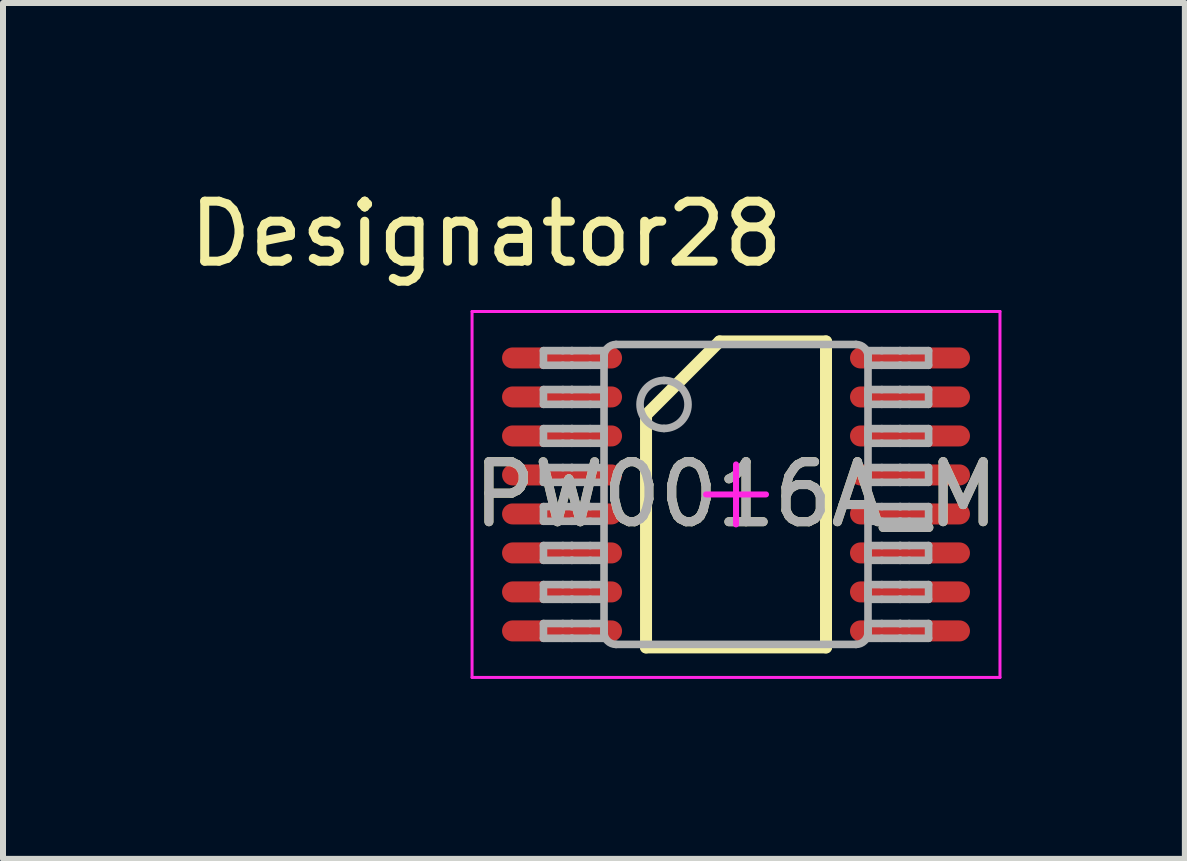
<source format=kicad_pcb>
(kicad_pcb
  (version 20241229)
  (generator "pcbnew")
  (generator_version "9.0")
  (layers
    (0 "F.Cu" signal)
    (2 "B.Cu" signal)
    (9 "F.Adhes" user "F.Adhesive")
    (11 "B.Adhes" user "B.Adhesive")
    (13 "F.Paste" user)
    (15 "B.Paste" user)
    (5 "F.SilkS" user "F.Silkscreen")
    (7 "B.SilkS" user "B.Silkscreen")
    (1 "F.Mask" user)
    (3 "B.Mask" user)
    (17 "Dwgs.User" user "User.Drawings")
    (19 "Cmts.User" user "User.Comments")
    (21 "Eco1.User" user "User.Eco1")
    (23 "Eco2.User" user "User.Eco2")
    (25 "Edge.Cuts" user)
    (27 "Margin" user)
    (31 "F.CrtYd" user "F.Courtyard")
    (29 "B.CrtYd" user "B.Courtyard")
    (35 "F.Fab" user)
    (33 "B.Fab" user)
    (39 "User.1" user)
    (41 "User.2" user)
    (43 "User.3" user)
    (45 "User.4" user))
  (footprint "PW0016A_M"
    (layer "F.Cu")
    (at 9.219 5.192)
    (property "Reference" "PW0016A_M" (at 0 0 0) (unlocked yes) (layer "F.SilkS") (effects (font (size 1 1) (thickness 0.15))))
    (attr smd)
    (fp_line (start -1.5 -1.325) (end -0.275 -2.55) (stroke (width 0.2) (type solid)) (layer "F.SilkS"))
    (fp_line (start -1.5 2.55) (end -1.5 -1.325) (stroke (width 0.2) (type solid)) (layer "F.SilkS"))
    (fp_line (start -1.5 2.55) (end 1.5 2.55) (stroke (width 0.2) (type solid)) (layer "F.SilkS"))
    (fp_line (start -0.275 -2.55) (end 1.5 -2.55) (stroke (width 0.2) (type solid)) (layer "F.SilkS"))
    (fp_line (start 1.5 2.55) (end 1.5 -2.55) (stroke (width 0.2) (type solid)) (layer "F.SilkS"))
    (fp_line (start -4.4 -3.05) (end 4.4 -3.05) (stroke (width 0.05) (type solid)) (layer "F.CrtYd"))
    (fp_line (start -4.4 3.05) (end -4.4 -3.05) (stroke (width 0.05) (type solid)) (layer "F.CrtYd"))
    (fp_line (start -4.4 3.05) (end 4.4 3.05) (stroke (width 0.05) (type solid)) (layer "F.CrtYd"))
    (fp_line (start -0.5 -0.000003) (end 0.5 -0.000003) (stroke (width 0.1) (type solid)) (layer "F.CrtYd"))
    (fp_line (start 0 0.5) (end 0 -0.5) (stroke (width 0.1) (type solid)) (layer "F.CrtYd"))
    (fp_line (start 4.4 3.05) (end 4.4 -3.05) (stroke (width 0.05) (type solid)) (layer "F.CrtYd"))
    (fp_line (start -3.21 -2.397) (end -2.887 -2.397) (stroke (width 0.127) (type solid)) (layer "F.Fab"))
    (fp_line (start -3.21 -2.153) (end -3.21 -2.397) (stroke (width 0.127) (type solid)) (layer "F.Fab"))
    (fp_line (start -3.21 -2.153) (end -2.887 -2.153) (stroke (width 0.127) (type solid)) (layer "F.Fab"))
    (fp_line (start -3.21 -1.748) (end -2.887 -1.748) (stroke (width 0.127) (type solid)) (layer "F.Fab"))
    (fp_line (start -3.21 -1.502) (end -3.21 -1.748) (stroke (width 0.127) (type solid)) (layer "F.Fab"))
    (fp_line (start -3.21 -1.502) (end -2.887 -1.502) (stroke (width 0.127) (type solid)) (layer "F.Fab"))
    (fp_line (start -3.21 -1.097) (end -2.887 -1.097) (stroke (width 0.127) (type solid)) (layer "F.Fab"))
    (fp_line (start -3.21 -0.853) (end -3.21 -1.097) (stroke (width 0.127) (type solid)) (layer "F.Fab"))
    (fp_line (start -3.21 -0.853) (end -2.887 -0.853) (stroke (width 0.127) (type solid)) (layer "F.Fab"))
    (fp_line (start -3.21 -0.448) (end -2.887 -0.448) (stroke (width 0.127) (type solid)) (layer "F.Fab"))
    (fp_line (start -3.21 -0.202) (end -3.21 -0.448) (stroke (width 0.127) (type solid)) (layer "F.Fab"))
    (fp_line (start -3.21 -0.202) (end -2.887 -0.202) (stroke (width 0.127) (type solid)) (layer "F.Fab"))
    (fp_line (start -3.21 0.203) (end -2.887 0.203) (stroke (width 0.127) (type solid)) (layer "F.Fab"))
    (fp_line (start -3.21 0.447) (end -3.21 0.203) (stroke (width 0.127) (type solid)) (layer "F.Fab"))
    (fp_line (start -3.21 0.447) (end -2.887 0.447) (stroke (width 0.127) (type solid)) (layer "F.Fab"))
    (fp_line (start -3.21 0.852) (end -2.887 0.852) (stroke (width 0.127) (type solid)) (layer "F.Fab"))
    (fp_line (start -3.21 1.098) (end -3.21 0.852) (stroke (width 0.127) (type solid)) (layer "F.Fab"))
    (fp_line (start -3.21 1.098) (end -2.887 1.098) (stroke (width 0.127) (type solid)) (layer "F.Fab"))
    (fp_line (start -3.21 1.503) (end -2.887 1.503) (stroke (width 0.127) (type solid)) (layer "F.Fab"))
    (fp_line (start -3.21 1.748) (end -3.21 1.503) (stroke (width 0.127) (type solid)) (layer "F.Fab"))
    (fp_line (start -3.21 1.748) (end -2.887 1.748) (stroke (width 0.127) (type solid)) (layer "F.Fab"))
    (fp_line (start -3.21 2.152) (end -2.887 2.152) (stroke (width 0.127) (type solid)) (layer "F.Fab"))
    (fp_line (start -3.21 2.398) (end -3.21 2.152) (stroke (width 0.127) (type solid)) (layer "F.Fab"))
    (fp_line (start -3.21 2.398) (end -2.887 2.398) (stroke (width 0.127) (type solid)) (layer "F.Fab"))
    (fp_line (start -2.887 -2.397) (end -2.739 -2.397) (stroke (width 0.127) (type solid)) (layer "F.Fab"))
    (fp_line (start -2.887 -2.153) (end -2.739 -2.153) (stroke (width 0.127) (type solid)) (layer "F.Fab"))
    (fp_line (start -2.887 -1.748) (end -2.739 -1.748) (stroke (width 0.127) (type solid)) (layer "F.Fab"))
    (fp_line (start -2.887 -1.502) (end -2.739 -1.502) (stroke (width 0.127) (type solid)) (layer "F.Fab"))
    (fp_line (start -2.887 -1.097) (end -2.739 -1.097) (stroke (width 0.127) (type solid)) (layer "F.Fab"))
    (fp_line (start -2.887 -0.853) (end -2.739 -0.853) (stroke (width 0.127) (type solid)) (layer "F.Fab"))
    (fp_line (start -2.887 -0.448) (end -2.739 -0.448) (stroke (width 0.127) (type solid)) (layer "F.Fab"))
    (fp_line (start -2.887 -0.202) (end -2.739 -0.202) (stroke (width 0.127) (type solid)) (layer "F.Fab"))
    (fp_line (start -2.887 0.203) (end -2.739 0.203) (stroke (width 0.127) (type solid)) (layer "F.Fab"))
    (fp_line (start -2.887 0.447) (end -2.739 0.447) (stroke (width 0.127) (type solid)) (layer "F.Fab"))
    (fp_line (start -2.887 0.852) (end -2.739 0.852) (stroke (width 0.127) (type solid)) (layer "F.Fab"))
    (fp_line (start -2.887 1.098) (end -2.739 1.098) (stroke (width 0.127) (type solid)) (layer "F.Fab"))
    (fp_line (start -2.887 1.503) (end -2.739 1.503) (stroke (width 0.127) (type solid)) (layer "F.Fab"))
    (fp_line (start -2.887 1.748) (end -2.739 1.748) (stroke (width 0.127) (type solid)) (layer "F.Fab"))
    (fp_line (start -2.887 2.152) (end -2.739 2.152) (stroke (width 0.127) (type solid)) (layer "F.Fab"))
    (fp_line (start -2.887 2.398) (end -2.739 2.398) (stroke (width 0.127) (type solid)) (layer "F.Fab"))
    (fp_line (start -2.739 -2.397) (end -2.733 -2.397) (stroke (width 0.127) (type solid)) (layer "F.Fab"))
    (fp_line (start -2.739 -2.153) (end -2.733 -2.153) (stroke (width 0.127) (type solid)) (layer "F.Fab"))
    (fp_line (start -2.739 -1.748) (end -2.733 -1.748) (stroke (width 0.127) (type solid)) (layer "F.Fab"))
    (fp_line (start -2.739 -1.502) (end -2.733 -1.502) (stroke (width 0.127) (type solid)) (layer "F.Fab"))
    (fp_line (start -2.739 -1.097) (end -2.733 -1.097) (stroke (width 0.127) (type solid)) (layer "F.Fab"))
    (fp_line (start -2.739 -0.853) (end -2.733 -0.853) (stroke (width 0.127) (type solid)) (layer "F.Fab"))
    (fp_line (start -2.739 -0.448) (end -2.733 -0.448) (stroke (width 0.127) (type solid)) (layer "F.Fab"))
    (fp_line (start -2.739 -0.202) (end -2.733 -0.202) (stroke (width 0.127) (type solid)) (layer "F.Fab"))
    (fp_line (start -2.739 0.203) (end -2.733 0.203) (stroke (width 0.127) (type solid)) (layer "F.Fab"))
    (fp_line (start -2.739 0.447) (end -2.733 0.447) (stroke (width 0.127) (type solid)) (layer "F.Fab"))
    (fp_line (start -2.739 0.852) (end -2.733 0.852) (stroke (width 0.127) (type solid)) (layer "F.Fab"))
    (fp_line (start -2.739 1.098) (end -2.733 1.098) (stroke (width 0.127) (type solid)) (layer "F.Fab"))
    (fp_line (start -2.739 1.503) (end -2.733 1.503) (stroke (width 0.127) (type solid)) (layer "F.Fab"))
    (fp_line (start -2.739 1.748) (end -2.733 1.748) (stroke (width 0.127) (type solid)) (layer "F.Fab"))
    (fp_line (start -2.739 2.152) (end -2.733 2.152) (stroke (width 0.127) (type solid)) (layer "F.Fab"))
    (fp_line (start -2.739 2.398) (end -2.733 2.398) (stroke (width 0.127) (type solid)) (layer "F.Fab"))
    (fp_line (start -2.733 -2.397) (end -2.431 -2.397) (stroke (width 0.127) (type solid)) (layer "F.Fab"))
    (fp_line (start -2.733 -2.153) (end -2.431 -2.153) (stroke (width 0.127) (type solid)) (layer "F.Fab"))
    (fp_line (start -2.733 -1.748) (end -2.431 -1.748) (stroke (width 0.127) (type solid)) (layer "F.Fab"))
    (fp_line (start -2.733 -1.502) (end -2.431 -1.502) (stroke (width 0.127) (type solid)) (layer "F.Fab"))
    (fp_line (start -2.733 -1.097) (end -2.431 -1.097) (stroke (width 0.127) (type solid)) (layer "F.Fab"))
    (fp_line (start -2.733 -0.853) (end -2.431 -0.853) (stroke (width 0.127) (type solid)) (layer "F.Fab"))
    (fp_line (start -2.733 -0.448) (end -2.431 -0.448) (stroke (width 0.127) (type solid)) (layer "F.Fab"))
    (fp_line (start -2.733 -0.202) (end -2.431 -0.202) (stroke (width 0.127) (type solid)) (layer "F.Fab"))
    (fp_line (start -2.733 0.203) (end -2.431 0.203) (stroke (width 0.127) (type solid)) (layer "F.Fab"))
    (fp_line (start -2.733 0.447) (end -2.431 0.447) (stroke (width 0.127) (type solid)) (layer "F.Fab"))
    (fp_line (start -2.733 0.852) (end -2.431 0.852) (stroke (width 0.127) (type solid)) (layer "F.Fab"))
    (fp_line (start -2.733 1.098) (end -2.431 1.098) (stroke (width 0.127) (type solid)) (layer "F.Fab"))
    (fp_line (start -2.733 1.503) (end -2.431 1.503) (stroke (width 0.127) (type solid)) (layer "F.Fab"))
    (fp_line (start -2.733 1.748) (end -2.431 1.748) (stroke (width 0.127) (type solid)) (layer "F.Fab"))
    (fp_line (start -2.733 2.152) (end -2.431 2.152) (stroke (width 0.127) (type solid)) (layer "F.Fab"))
    (fp_line (start -2.733 2.398) (end -2.431 2.398) (stroke (width 0.127) (type solid)) (layer "F.Fab"))
    (fp_line (start -2.431 -2.397) (end -2.2 -2.397) (stroke (width 0.127) (type solid)) (layer "F.Fab"))
    (fp_line (start -2.431 -2.153) (end -2.2 -2.153) (stroke (width 0.127) (type solid)) (layer "F.Fab"))
    (fp_line (start -2.431 -1.748) (end -2.2 -1.748) (stroke (width 0.127) (type solid)) (layer "F.Fab"))
    (fp_line (start -2.431 -1.502) (end -2.2 -1.502) (stroke (width 0.127) (type solid)) (layer "F.Fab"))
    (fp_line (start -2.431 -1.097) (end -2.2 -1.097) (stroke (width 0.127) (type solid)) (layer "F.Fab"))
    (fp_line (start -2.431 -0.853) (end -2.2 -0.853) (stroke (width 0.127) (type solid)) (layer "F.Fab"))
    (fp_line (start -2.431 -0.448) (end -2.2 -0.448) (stroke (width 0.127) (type solid)) (layer "F.Fab"))
    (fp_line (start -2.431 -0.202) (end -2.2 -0.202) (stroke (width 0.127) (type solid)) (layer "F.Fab"))
    (fp_line (start -2.431 0.203) (end -2.2 0.203) (stroke (width 0.127) (type solid)) (layer "F.Fab"))
    (fp_line (start -2.431 0.447) (end -2.2 0.447) (stroke (width 0.127) (type solid)) (layer "F.Fab"))
    (fp_line (start -2.431 0.852) (end -2.2 0.852) (stroke (width 0.127) (type solid)) (layer "F.Fab"))
    (fp_line (start -2.431 1.098) (end -2.2 1.098) (stroke (width 0.127) (type solid)) (layer "F.Fab"))
    (fp_line (start -2.431 1.503) (end -2.2 1.503) (stroke (width 0.127) (type solid)) (layer "F.Fab"))
    (fp_line (start -2.431 1.748) (end -2.2 1.748) (stroke (width 0.127) (type solid)) (layer "F.Fab"))
    (fp_line (start -2.431 2.152) (end -2.2 2.152) (stroke (width 0.127) (type solid)) (layer "F.Fab"))
    (fp_line (start -2.431 2.398) (end -2.2 2.398) (stroke (width 0.127) (type solid)) (layer "F.Fab"))
    (fp_line (start -2.2 -2.153) (end -2.2 -2.397) (stroke (width 0.127) (type solid)) (layer "F.Fab"))
    (fp_line (start -2.2 -1.502) (end -2.2 -1.748) (stroke (width 0.127) (type solid)) (layer "F.Fab"))
    (fp_line (start -2.2 -0.853) (end -2.2 -1.097) (stroke (width 0.127) (type solid)) (layer "F.Fab"))
    (fp_line (start -2.2 -0.202) (end -2.2 -0.448) (stroke (width 0.127) (type solid)) (layer "F.Fab"))
    (fp_line (start -2.2 0.447) (end -2.2 0.203) (stroke (width 0.127) (type solid)) (layer "F.Fab"))
    (fp_line (start -2.2 1.098) (end -2.2 0.852) (stroke (width 0.127) (type solid)) (layer "F.Fab"))
    (fp_line (start -2.2 1.748) (end -2.2 1.503) (stroke (width 0.127) (type solid)) (layer "F.Fab"))
    (fp_line (start -2.2 2.3) (end -2.2 -2.3) (stroke (width 0.127) (type solid)) (layer "F.Fab"))
    (fp_line (start -2.2 2.398) (end -2.2 2.152) (stroke (width 0.127) (type solid)) (layer "F.Fab"))
    (fp_line (start -2 -2.5) (end 2 -2.5) (stroke (width 0.127) (type solid)) (layer "F.Fab"))
    (fp_line (start -2 2.5) (end 2 2.5) (stroke (width 0.127) (type solid)) (layer "F.Fab"))
    (fp_line (start 2.2 -2.397) (end 2.43 -2.397) (stroke (width 0.127) (type solid)) (layer "F.Fab"))
    (fp_line (start 2.2 -2.153) (end 2.2 -2.397) (stroke (width 0.127) (type solid)) (layer "F.Fab"))
    (fp_line (start 2.2 -2.153) (end 2.43 -2.153) (stroke (width 0.127) (type solid)) (layer "F.Fab"))
    (fp_line (start 2.2 -1.748) (end 2.43 -1.748) (stroke (width 0.127) (type solid)) (layer "F.Fab"))
    (fp_line (start 2.2 -1.502) (end 2.2 -1.748) (stroke (width 0.127) (type solid)) (layer "F.Fab"))
    (fp_line (start 2.2 -1.502) (end 2.43 -1.502) (stroke (width 0.127) (type solid)) (layer "F.Fab"))
    (fp_line (start 2.2 -1.097) (end 2.43 -1.097) (stroke (width 0.127) (type solid)) (layer "F.Fab"))
    (fp_line (start 2.2 -0.853) (end 2.2 -1.097) (stroke (width 0.127) (type solid)) (layer "F.Fab"))
    (fp_line (start 2.2 -0.853) (end 2.43 -0.853) (stroke (width 0.127) (type solid)) (layer "F.Fab"))
    (fp_line (start 2.2 -0.448) (end 2.43 -0.448) (stroke (width 0.127) (type solid)) (layer "F.Fab"))
    (fp_line (start 2.2 -0.202) (end 2.2 -0.448) (stroke (width 0.127) (type solid)) (layer "F.Fab"))
    (fp_line (start 2.2 -0.202) (end 2.43 -0.202) (stroke (width 0.127) (type solid)) (layer "F.Fab"))
    (fp_line (start 2.2 0.203) (end 2.43 0.203) (stroke (width 0.127) (type solid)) (layer "F.Fab"))
    (fp_line (start 2.2 0.447) (end 2.2 0.203) (stroke (width 0.127) (type solid)) (layer "F.Fab"))
    (fp_line (start 2.2 0.447) (end 2.43 0.447) (stroke (width 0.127) (type solid)) (layer "F.Fab"))
    (fp_line (start 2.2 0.852) (end 2.43 0.852) (stroke (width 0.127) (type solid)) (layer "F.Fab"))
    (fp_line (start 2.2 1.098) (end 2.2 0.852) (stroke (width 0.127) (type solid)) (layer "F.Fab"))
    (fp_line (start 2.2 1.098) (end 2.43 1.098) (stroke (width 0.127) (type solid)) (layer "F.Fab"))
    (fp_line (start 2.2 1.503) (end 2.43 1.503) (stroke (width 0.127) (type solid)) (layer "F.Fab"))
    (fp_line (start 2.2 1.748) (end 2.2 1.503) (stroke (width 0.127) (type solid)) (layer "F.Fab"))
    (fp_line (start 2.2 1.748) (end 2.43 1.748) (stroke (width 0.127) (type solid)) (layer "F.Fab"))
    (fp_line (start 2.2 2.152) (end 2.43 2.152) (stroke (width 0.127) (type solid)) (layer "F.Fab"))
    (fp_line (start 2.2 2.3) (end 2.2 -2.3) (stroke (width 0.127) (type solid)) (layer "F.Fab"))
    (fp_line (start 2.2 2.398) (end 2.2 2.152) (stroke (width 0.127) (type solid)) (layer "F.Fab"))
    (fp_line (start 2.2 2.398) (end 2.43 2.398) (stroke (width 0.127) (type solid)) (layer "F.Fab"))
    (fp_line (start 2.43 -2.397) (end 2.733 -2.397) (stroke (width 0.127) (type solid)) (layer "F.Fab"))
    (fp_line (start 2.43 -2.153) (end 2.733 -2.153) (stroke (width 0.127) (type solid)) (layer "F.Fab"))
    (fp_line (start 2.43 -1.748) (end 2.733 -1.748) (stroke (width 0.127) (type solid)) (layer "F.Fab"))
    (fp_line (start 2.43 -1.502) (end 2.733 -1.502) (stroke (width 0.127) (type solid)) (layer "F.Fab"))
    (fp_line (start 2.43 -1.097) (end 2.733 -1.097) (stroke (width 0.127) (type solid)) (layer "F.Fab"))
    (fp_line (start 2.43 -0.853) (end 2.733 -0.853) (stroke (width 0.127) (type solid)) (layer "F.Fab"))
    (fp_line (start 2.43 -0.448) (end 2.733 -0.448) (stroke (width 0.127) (type solid)) (layer "F.Fab"))
    (fp_line (start 2.43 -0.202) (end 2.733 -0.202) (stroke (width 0.127) (type solid)) (layer "F.Fab"))
    (fp_line (start 2.43 0.203) (end 2.733 0.203) (stroke (width 0.127) (type solid)) (layer "F.Fab"))
    (fp_line (start 2.43 0.447) (end 2.733 0.447) (stroke (width 0.127) (type solid)) (layer "F.Fab"))
    (fp_line (start 2.43 0.852) (end 2.733 0.852) (stroke (width 0.127) (type solid)) (layer "F.Fab"))
    (fp_line (start 2.43 1.098) (end 2.733 1.098) (stroke (width 0.127) (type solid)) (layer "F.Fab"))
    (fp_line (start 2.43 1.503) (end 2.733 1.503) (stroke (width 0.127) (type solid)) (layer "F.Fab"))
    (fp_line (start 2.43 1.748) (end 2.733 1.748) (stroke (width 0.127) (type solid)) (layer "F.Fab"))
    (fp_line (start 2.43 2.152) (end 2.733 2.152) (stroke (width 0.127) (type solid)) (layer "F.Fab"))
    (fp_line (start 2.43 2.398) (end 2.733 2.398) (stroke (width 0.127) (type solid)) (layer "F.Fab"))
    (fp_line (start 2.733 -2.397) (end 2.739 -2.397) (stroke (width 0.127) (type solid)) (layer "F.Fab"))
    (fp_line (start 2.733 -2.153) (end 2.739 -2.153) (stroke (width 0.127) (type solid)) (layer "F.Fab"))
    (fp_line (start 2.733 -1.748) (end 2.739 -1.748) (stroke (width 0.127) (type solid)) (layer "F.Fab"))
    (fp_line (start 2.733 -1.502) (end 2.739 -1.502) (stroke (width 0.127) (type solid)) (layer "F.Fab"))
    (fp_line (start 2.733 -1.097) (end 2.739 -1.097) (stroke (width 0.127) (type solid)) (layer "F.Fab"))
    (fp_line (start 2.733 -0.853) (end 2.739 -0.853) (stroke (width 0.127) (type solid)) (layer "F.Fab"))
    (fp_line (start 2.733 -0.448) (end 2.739 -0.448) (stroke (width 0.127) (type solid)) (layer "F.Fab"))
    (fp_line (start 2.733 -0.202) (end 2.739 -0.202) (stroke (width 0.127) (type solid)) (layer "F.Fab"))
    (fp_line (start 2.733 0.203) (end 2.739 0.203) (stroke (width 0.127) (type solid)) (layer "F.Fab"))
    (fp_line (start 2.733 0.447) (end 2.739 0.447) (stroke (width 0.127) (type solid)) (layer "F.Fab"))
    (fp_line (start 2.733 0.852) (end 2.739 0.852) (stroke (width 0.127) (type solid)) (layer "F.Fab"))
    (fp_line (start 2.733 1.098) (end 2.739 1.098) (stroke (width 0.127) (type solid)) (layer "F.Fab"))
    (fp_line (start 2.733 1.503) (end 2.739 1.503) (stroke (width 0.127) (type solid)) (layer "F.Fab"))
    (fp_line (start 2.733 1.748) (end 2.739 1.748) (stroke (width 0.127) (type solid)) (layer "F.Fab"))
    (fp_line (start 2.733 2.152) (end 2.739 2.152) (stroke (width 0.127) (type solid)) (layer "F.Fab"))
    (fp_line (start 2.733 2.398) (end 2.739 2.398) (stroke (width 0.127) (type solid)) (layer "F.Fab"))
    (fp_line (start 2.739 -2.397) (end 2.887 -2.397) (stroke (width 0.127) (type solid)) (layer "F.Fab"))
    (fp_line (start 2.739 -2.153) (end 2.887 -2.153) (stroke (width 0.127) (type solid)) (layer "F.Fab"))
    (fp_line (start 2.739 -1.748) (end 2.887 -1.748) (stroke (width 0.127) (type solid)) (layer "F.Fab"))
    (fp_line (start 2.739 -1.502) (end 2.887 -1.502) (stroke (width 0.127) (type solid)) (layer "F.Fab"))
    (fp_line (start 2.739 -1.097) (end 2.887 -1.097) (stroke (width 0.127) (type solid)) (layer "F.Fab"))
    (fp_line (start 2.739 -0.853) (end 2.887 -0.853) (stroke (width 0.127) (type solid)) (layer "F.Fab"))
    (fp_line (start 2.739 -0.448) (end 2.887 -0.448) (stroke (width 0.127) (type solid)) (layer "F.Fab"))
    (fp_line (start 2.739 -0.202) (end 2.887 -0.202) (stroke (width 0.127) (type solid)) (layer "F.Fab"))
    (fp_line (start 2.739 0.203) (end 2.887 0.203) (stroke (width 0.127) (type solid)) (layer "F.Fab"))
    (fp_line (start 2.739 0.447) (end 2.887 0.447) (stroke (width 0.127) (type solid)) (layer "F.Fab"))
    (fp_line (start 2.739 0.852) (end 2.887 0.852) (stroke (width 0.127) (type solid)) (layer "F.Fab"))
    (fp_line (start 2.739 1.098) (end 2.887 1.098) (stroke (width 0.127) (type solid)) (layer "F.Fab"))
    (fp_line (start 2.739 1.503) (end 2.887 1.503) (stroke (width 0.127) (type solid)) (layer "F.Fab"))
    (fp_line (start 2.739 1.748) (end 2.887 1.748) (stroke (width 0.127) (type solid)) (layer "F.Fab"))
    (fp_line (start 2.739 2.152) (end 2.887 2.152) (stroke (width 0.127) (type solid)) (layer "F.Fab"))
    (fp_line (start 2.739 2.398) (end 2.887 2.398) (stroke (width 0.127) (type solid)) (layer "F.Fab"))
    (fp_line (start 2.887 -2.397) (end 3.21 -2.397) (stroke (width 0.127) (type solid)) (layer "F.Fab"))
    (fp_line (start 2.887 -2.153) (end 3.21 -2.153) (stroke (width 0.127) (type solid)) (layer "F.Fab"))
    (fp_line (start 2.887 -1.748) (end 3.21 -1.748) (stroke (width 0.127) (type solid)) (layer "F.Fab"))
    (fp_line (start 2.887 -1.502) (end 3.21 -1.502) (stroke (width 0.127) (type solid)) (layer "F.Fab"))
    (fp_line (start 2.887 -1.097) (end 3.21 -1.097) (stroke (width 0.127) (type solid)) (layer "F.Fab"))
    (fp_line (start 2.887 -0.853) (end 3.21 -0.853) (stroke (width 0.127) (type solid)) (layer "F.Fab"))
    (fp_line (start 2.887 -0.448) (end 3.21 -0.448) (stroke (width 0.127) (type solid)) (layer "F.Fab"))
    (fp_line (start 2.887 -0.202) (end 3.21 -0.202) (stroke (width 0.127) (type solid)) (layer "F.Fab"))
    (fp_line (start 2.887 0.203) (end 3.21 0.203) (stroke (width 0.127) (type solid)) (layer "F.Fab"))
    (fp_line (start 2.887 0.447) (end 3.21 0.447) (stroke (width 0.127) (type solid)) (layer "F.Fab"))
    (fp_line (start 2.887 0.852) (end 3.21 0.852) (stroke (width 0.127) (type solid)) (layer "F.Fab"))
    (fp_line (start 2.887 1.098) (end 3.21 1.098) (stroke (width 0.127) (type solid)) (layer "F.Fab"))
    (fp_line (start 2.887 1.503) (end 3.21 1.503) (stroke (width 0.127) (type solid)) (layer "F.Fab"))
    (fp_line (start 2.887 1.748) (end 3.21 1.748) (stroke (width 0.127) (type solid)) (layer "F.Fab"))
    (fp_line (start 2.887 2.152) (end 3.21 2.152) (stroke (width 0.127) (type solid)) (layer "F.Fab"))
    (fp_line (start 2.887 2.398) (end 3.21 2.398) (stroke (width 0.127) (type solid)) (layer "F.Fab"))
    (fp_line (start 3.21 -2.153) (end 3.21 -2.397) (stroke (width 0.127) (type solid)) (layer "F.Fab"))
    (fp_line (start 3.21 -1.502) (end 3.21 -1.748) (stroke (width 0.127) (type solid)) (layer "F.Fab"))
    (fp_line (start 3.21 -0.853) (end 3.21 -1.097) (stroke (width 0.127) (type solid)) (layer "F.Fab"))
    (fp_line (start 3.21 -0.202) (end 3.21 -0.448) (stroke (width 0.127) (type solid)) (layer "F.Fab"))
    (fp_line (start 3.21 0.447) (end 3.21 0.203) (stroke (width 0.127) (type solid)) (layer "F.Fab"))
    (fp_line (start 3.21 1.098) (end 3.21 0.852) (stroke (width 0.127) (type solid)) (layer "F.Fab"))
    (fp_line (start 3.21 1.748) (end 3.21 1.503) (stroke (width 0.127) (type solid)) (layer "F.Fab"))
    (fp_line (start 3.21 2.398) (end 3.21 2.152) (stroke (width 0.127) (type solid)) (layer "F.Fab"))
    (fp_arc (start -2.200001 -2.3) (mid -2.141422 -2.441421) (end -2.000001 -2.5) (stroke (width 0.127) (type solid)) (layer "F.Fab"))
    (fp_arc (start -2.000001 2.500015) (mid -2.141422 2.441437) (end -2.200001 2.300016) (stroke (width 0.127) (type solid)) (layer "F.Fab"))
    (fp_arc (start -1.200003 -1.900001) (mid -0.800003 -1.500002) (end -1.200003 -1.100003) (stroke (width 0.127) (type solid)) (layer "F.Fab"))
    (fp_arc (start -1.200003 -1.100003) (mid -1.600002 -1.500002) (end -1.200003 -1.900001) (stroke (width 0.127) (type solid)) (layer "F.Fab"))
    (fp_arc (start 1.999991 -2.5) (mid 2.141412 -2.441422) (end 2.199991 -2.3) (stroke (width 0.127) (type solid)) (layer "F.Fab"))
    (fp_arc (start 2.199991 2.300016) (mid 2.141412 2.441437) (end 1.999991 2.500015) (stroke (width 0.127) (type solid)) (layer "F.Fab"))
    (fp_text user "Designator28" (at -4.166 -4.343 0) (unlocked yes) (layer "F.SilkS") (effects (font (size 1 1) (thickness 0.15))))
    (fp_text user "${REFERENCE}" (at 0 0 0) (unlocked yes) (layer "F.Fab") (effects (font (size 1 1) (thickness 0.15))))
    (pad "1" smd oval (at -2.9 -2.275 90) (size 0.35 2) (layers "F.Cu" "F.Mask" "F.Paste"))
    (pad "2" smd oval (at -2.9 -1.625 90) (size 0.35 2) (layers "F.Cu" "F.Mask" "F.Paste"))
    (pad "3" smd oval (at -2.9 -0.975 90) (size 0.35 2) (layers "F.Cu" "F.Mask" "F.Paste"))
    (pad "4" smd oval (at -2.9 -0.325 90) (size 0.35 2) (layers "F.Cu" "F.Mask" "F.Paste"))
    (pad "5" smd oval (at -2.9 0.325 90) (size 0.35 2) (layers "F.Cu" "F.Mask" "F.Paste"))
    (pad "6" smd oval (at -2.9 0.975 90) (size 0.35 2) (layers "F.Cu" "F.Mask" "F.Paste"))
    (pad "7" smd oval (at -2.9 1.625 90) (size 0.35 2) (layers "F.Cu" "F.Mask" "F.Paste"))
    (pad "8" smd oval (at -2.9 2.275 90) (size 0.35 2) (layers "F.Cu" "F.Mask" "F.Paste"))
    (pad "9" smd oval (at 2.9 2.275 90) (size 0.35 2) (layers "F.Cu" "F.Mask" "F.Paste"))
    (pad "10" smd oval (at 2.9 1.625 90) (size 0.35 2) (layers "F.Cu" "F.Mask" "F.Paste"))
    (pad "11" smd oval (at 2.9 0.975 90) (size 0.35 2) (layers "F.Cu" "F.Mask" "F.Paste"))
    (pad "12" smd oval (at 2.9 0.325 90) (size 0.35 2) (layers "F.Cu" "F.Mask" "F.Paste"))
    (pad "13" smd oval (at 2.9 -0.325 90) (size 0.35 2) (layers "F.Cu" "F.Mask" "F.Paste"))
    (pad "14" smd oval (at 2.9 -0.975 90) (size 0.35 2) (layers "F.Cu" "F.Mask" "F.Paste"))
    (pad "15" smd oval (at 2.9 -1.625 90) (size 0.35 2) (layers "F.Cu" "F.Mask" "F.Paste"))
    (pad "16" smd oval (at 2.9 -2.275 90) (size 0.35 2) (layers "F.Cu" "F.Mask" "F.Paste")))
  (gr_rect
    (start -3 -3)
    (end 16.701 11.267)
    (stroke (width 0.1) (type default))
    (fill no)
    (layer "Edge.Cuts")))
</source>
